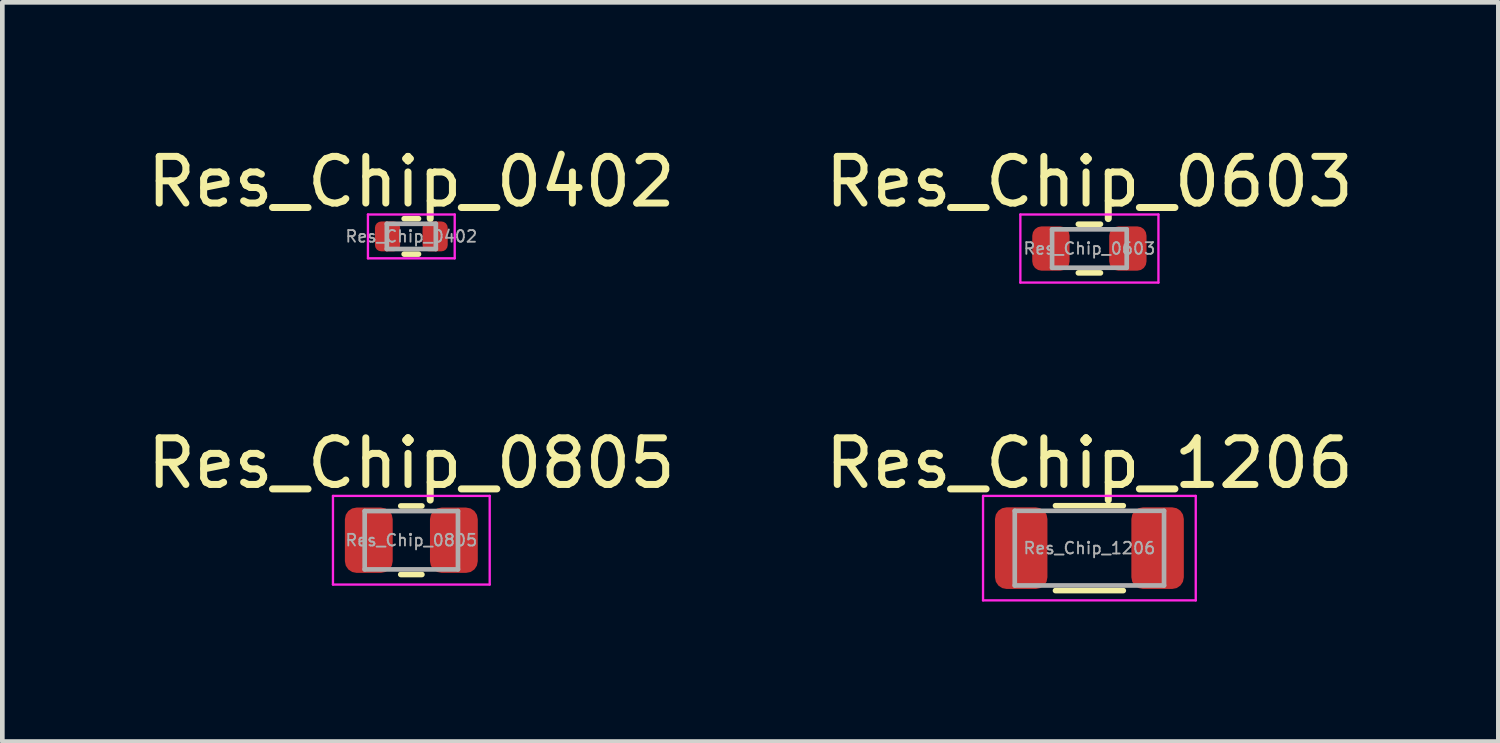
<source format=kicad_pcb>
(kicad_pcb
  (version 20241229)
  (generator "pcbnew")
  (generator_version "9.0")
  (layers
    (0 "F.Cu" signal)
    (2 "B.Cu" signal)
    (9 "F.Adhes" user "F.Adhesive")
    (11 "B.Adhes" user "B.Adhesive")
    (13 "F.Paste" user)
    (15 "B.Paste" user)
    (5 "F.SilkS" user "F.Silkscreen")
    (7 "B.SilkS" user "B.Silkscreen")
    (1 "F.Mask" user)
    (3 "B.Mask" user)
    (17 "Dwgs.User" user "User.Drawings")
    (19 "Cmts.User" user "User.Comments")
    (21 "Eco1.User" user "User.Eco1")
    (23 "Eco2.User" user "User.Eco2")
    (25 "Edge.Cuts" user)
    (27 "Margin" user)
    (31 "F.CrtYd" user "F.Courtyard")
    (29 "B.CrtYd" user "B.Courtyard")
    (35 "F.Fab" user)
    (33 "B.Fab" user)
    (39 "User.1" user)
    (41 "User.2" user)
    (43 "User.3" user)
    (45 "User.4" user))
  (footprint "Res_Chip_0402"
    (layer "F.Cu")
    (at 5.768 2.018)
    (property "Reference" "Res_Chip_0402" (at 0 -1.17 0) (layer "F.SilkS") (effects (font (size 1 1) (thickness 0.15))))
    (attr smd)
    (fp_line (start -0.154 -0.38) (end 0.154 -0.38) (stroke (width 0.12) (type solid)) (layer "F.SilkS"))
    (fp_line (start -0.154 0.38) (end 0.154 0.38) (stroke (width 0.12) (type solid)) (layer "F.SilkS"))
    (fp_line (start -0.93 -0.47) (end 0.93 -0.47) (stroke (width 0.05) (type solid)) (layer "F.CrtYd"))
    (fp_line (start -0.93 0.47) (end -0.93 -0.47) (stroke (width 0.05) (type solid)) (layer "F.CrtYd"))
    (fp_line (start 0.93 -0.47) (end 0.93 0.47) (stroke (width 0.05) (type solid)) (layer "F.CrtYd"))
    (fp_line (start 0.93 0.47) (end -0.93 0.47) (stroke (width 0.05) (type solid)) (layer "F.CrtYd"))
    (fp_line (start -0.525 -0.27) (end 0.525 -0.27) (stroke (width 0.1) (type solid)) (layer "F.Fab"))
    (fp_line (start -0.525 0.27) (end -0.525 -0.27) (stroke (width 0.1) (type solid)) (layer "F.Fab"))
    (fp_line (start 0.525 -0.27) (end 0.525 0.27) (stroke (width 0.1) (type solid)) (layer "F.Fab"))
    (fp_line (start 0.525 0.27) (end -0.525 0.27) (stroke (width 0.1) (type solid)) (layer "F.Fab"))
    (fp_text user "${REFERENCE}" (at 0 0 0) (layer "F.Fab") (effects (font (size 0.25 0.25) (thickness 0.04))))
    (pad "1" smd roundrect (at -0.51 0) (size 0.54 0.64) (layers "F.Cu" "F.Mask" "F.Paste") (roundrect_rratio 0.25))
    (pad "2" smd roundrect (at 0.51 0) (size 0.54 0.64) (layers "F.Cu" "F.Mask" "F.Paste") (roundrect_rratio 0.25))
    (zone (net_name "") (layer "F.Cu") (name "No_Polygon") (hatch full 0.1) (connect_pads) (min_thickness 0.25) (filled_areas_thickness no) (keepout (tracks allowed) (vias allowed) (pads allowed) (copperpour not_allowed) (footprints allowed)) (placement (enabled no)) (fill) (polygon (pts (xy 5.641 1.764) (xy 5.641 2.272) (xy 5.895 2.272) (xy 5.895 1.764)))))
  (footprint "Res_Chip_1206"
    (layer "F.Cu")
    (at 20.304 8.701)
    (property "Reference" "Res_Chip_1206" (at 0 -1.82 0) (layer "F.SilkS") (effects (font (size 1 1) (thickness 0.15))))
    (attr smd)
    (fp_line (start -0.727 -0.91) (end 0.727 -0.91) (stroke (width 0.12) (type solid)) (layer "F.SilkS"))
    (fp_line (start -0.727 0.91) (end 0.727 0.91) (stroke (width 0.12) (type solid)) (layer "F.SilkS"))
    (fp_line (start -2.28 -1.12) (end 2.28 -1.12) (stroke (width 0.05) (type solid)) (layer "F.CrtYd"))
    (fp_line (start -2.28 1.12) (end -2.28 -1.12) (stroke (width 0.05) (type solid)) (layer "F.CrtYd"))
    (fp_line (start 2.28 -1.12) (end 2.28 1.12) (stroke (width 0.05) (type solid)) (layer "F.CrtYd"))
    (fp_line (start 2.28 1.12) (end -2.28 1.12) (stroke (width 0.05) (type solid)) (layer "F.CrtYd"))
    (fp_line (start -1.6 -0.8) (end 1.6 -0.8) (stroke (width 0.1) (type solid)) (layer "F.Fab"))
    (fp_line (start -1.6 0.8) (end -1.6 -0.8) (stroke (width 0.1) (type solid)) (layer "F.Fab"))
    (fp_line (start 1.6 -0.8) (end 1.6 0.8) (stroke (width 0.1) (type solid)) (layer "F.Fab"))
    (fp_line (start 1.6 0.8) (end -1.6 0.8) (stroke (width 0.1) (type solid)) (layer "F.Fab"))
    (fp_text user "${REFERENCE}" (at 0 0 0) (layer "F.Fab") (effects (font (size 0.25 0.25) (thickness 0.04))))
    (pad "1" smd roundrect (at -1.462 0) (size 1.125 1.75) (layers "F.Cu" "F.Mask" "F.Paste") (roundrect_rratio 0.222))
    (pad "2" smd roundrect (at 1.462 0) (size 1.125 1.75) (layers "F.Cu" "F.Mask" "F.Paste") (roundrect_rratio 0.222))
    (zone (net_name "") (layer "F.Cu") (name "No_Polygon") (hatch full 0.1) (connect_pads) (min_thickness 0.25) (filled_areas_thickness no) (keepout (tracks allowed) (vias allowed) (pads allowed) (copperpour not_allowed) (footprints allowed)) (placement (enabled no)) (fill) (polygon (pts (xy 19.542 7.939) (xy 19.542 9.463) (xy 21.066 9.463) (xy 21.066 7.939)))))
  (footprint "Res_Chip_0805"
    (layer "F.Cu")
    (at 5.768 8.531)
    (property "Reference" "Res_Chip_0805" (at 0 -1.65 0) (layer "F.SilkS") (effects (font (size 1 1) (thickness 0.15))))
    (attr smd)
    (fp_line (start -0.227 -0.735) (end 0.227 -0.735) (stroke (width 0.12) (type solid)) (layer "F.SilkS"))
    (fp_line (start -0.227 0.735) (end 0.227 0.735) (stroke (width 0.12) (type solid)) (layer "F.SilkS"))
    (fp_line (start -1.68 -0.95) (end 1.68 -0.95) (stroke (width 0.05) (type solid)) (layer "F.CrtYd"))
    (fp_line (start -1.68 0.95) (end -1.68 -0.95) (stroke (width 0.05) (type solid)) (layer "F.CrtYd"))
    (fp_line (start 1.68 -0.95) (end 1.68 0.95) (stroke (width 0.05) (type solid)) (layer "F.CrtYd"))
    (fp_line (start 1.68 0.95) (end -1.68 0.95) (stroke (width 0.05) (type solid)) (layer "F.CrtYd"))
    (fp_line (start -1 -0.625) (end 1 -0.625) (stroke (width 0.1) (type solid)) (layer "F.Fab"))
    (fp_line (start -1 0.625) (end -1 -0.625) (stroke (width 0.1) (type solid)) (layer "F.Fab"))
    (fp_line (start 1 -0.625) (end 1 0.625) (stroke (width 0.1) (type solid)) (layer "F.Fab"))
    (fp_line (start 1 0.625) (end -1 0.625) (stroke (width 0.1) (type solid)) (layer "F.Fab"))
    (fp_text user "${REFERENCE}" (at 0 0 0) (layer "F.Fab") (effects (font (size 0.25 0.25) (thickness 0.04))))
    (pad "1" smd roundrect (at -0.912 0) (size 1.025 1.4) (layers "F.Cu" "F.Mask" "F.Paste") (roundrect_rratio 0.244))
    (pad "2" smd roundrect (at 0.912 0) (size 1.025 1.4) (layers "F.Cu" "F.Mask" "F.Paste") (roundrect_rratio 0.244))
    (zone (net_name "") (layer "F.Cu") (name "No_Polygon") (hatch full 0.1) (connect_pads) (min_thickness 0.25) (filled_areas_thickness no) (keepout (tracks allowed) (vias allowed) (pads allowed) (copperpour not_allowed) (footprints allowed)) (placement (enabled no)) (fill) (polygon (pts (xy 5.387 7.896) (xy 5.387 9.166) (xy 6.149 9.166) (xy 6.149 7.896)))))
  (footprint "Res_Chip_0603"
    (layer "F.Cu")
    (at 20.304 2.278)
    (property "Reference" "Res_Chip_0603" (at 0 -1.43 0) (layer "F.SilkS") (effects (font (size 1 1) (thickness 0.15))))
    (attr smd)
    (fp_line (start -0.237 -0.522) (end 0.237 -0.522) (stroke (width 0.12) (type solid)) (layer "F.SilkS"))
    (fp_line (start -0.237 0.522) (end 0.237 0.522) (stroke (width 0.12) (type solid)) (layer "F.SilkS"))
    (fp_line (start -1.48 -0.73) (end 1.48 -0.73) (stroke (width 0.05) (type solid)) (layer "F.CrtYd"))
    (fp_line (start -1.48 0.73) (end -1.48 -0.73) (stroke (width 0.05) (type solid)) (layer "F.CrtYd"))
    (fp_line (start 1.48 -0.73) (end 1.48 0.73) (stroke (width 0.05) (type solid)) (layer "F.CrtYd"))
    (fp_line (start 1.48 0.73) (end -1.48 0.73) (stroke (width 0.05) (type solid)) (layer "F.CrtYd"))
    (fp_line (start -0.8 -0.412) (end 0.8 -0.412) (stroke (width 0.1) (type solid)) (layer "F.Fab"))
    (fp_line (start -0.8 0.412) (end -0.8 -0.412) (stroke (width 0.1) (type solid)) (layer "F.Fab"))
    (fp_line (start 0.8 -0.412) (end 0.8 0.412) (stroke (width 0.1) (type solid)) (layer "F.Fab"))
    (fp_line (start 0.8 0.412) (end -0.8 0.412) (stroke (width 0.1) (type solid)) (layer "F.Fab"))
    (fp_text user "${REFERENCE}" (at 0 0 0) (layer "F.Fab") (effects (font (size 0.25 0.25) (thickness 0.04))))
    (pad "1" smd roundrect (at -0.825 0) (size 0.8 0.95) (layers "F.Cu" "F.Mask" "F.Paste") (roundrect_rratio 0.25))
    (pad "2" smd roundrect (at 0.825 0) (size 0.8 0.95) (layers "F.Cu" "F.Mask" "F.Paste") (roundrect_rratio 0.25))
    (zone (net_name "") (layer "F.Cu") (name "No_Polygon") (hatch full 0.1) (connect_pads) (min_thickness 0.25) (filled_areas_thickness no) (keepout (tracks allowed) (vias allowed) (pads allowed) (copperpour not_allowed) (footprints allowed)) (placement (enabled no)) (fill) (polygon (pts (xy 19.923 1.897) (xy 19.923 2.659) (xy 20.685 2.659) (xy 20.685 1.897)))))
  (gr_rect
    (start -3 -3)
    (end 29.071 12.847)
    (stroke (width 0.1) (type default))
    (fill no)
    (layer "Edge.Cuts")))
</source>
